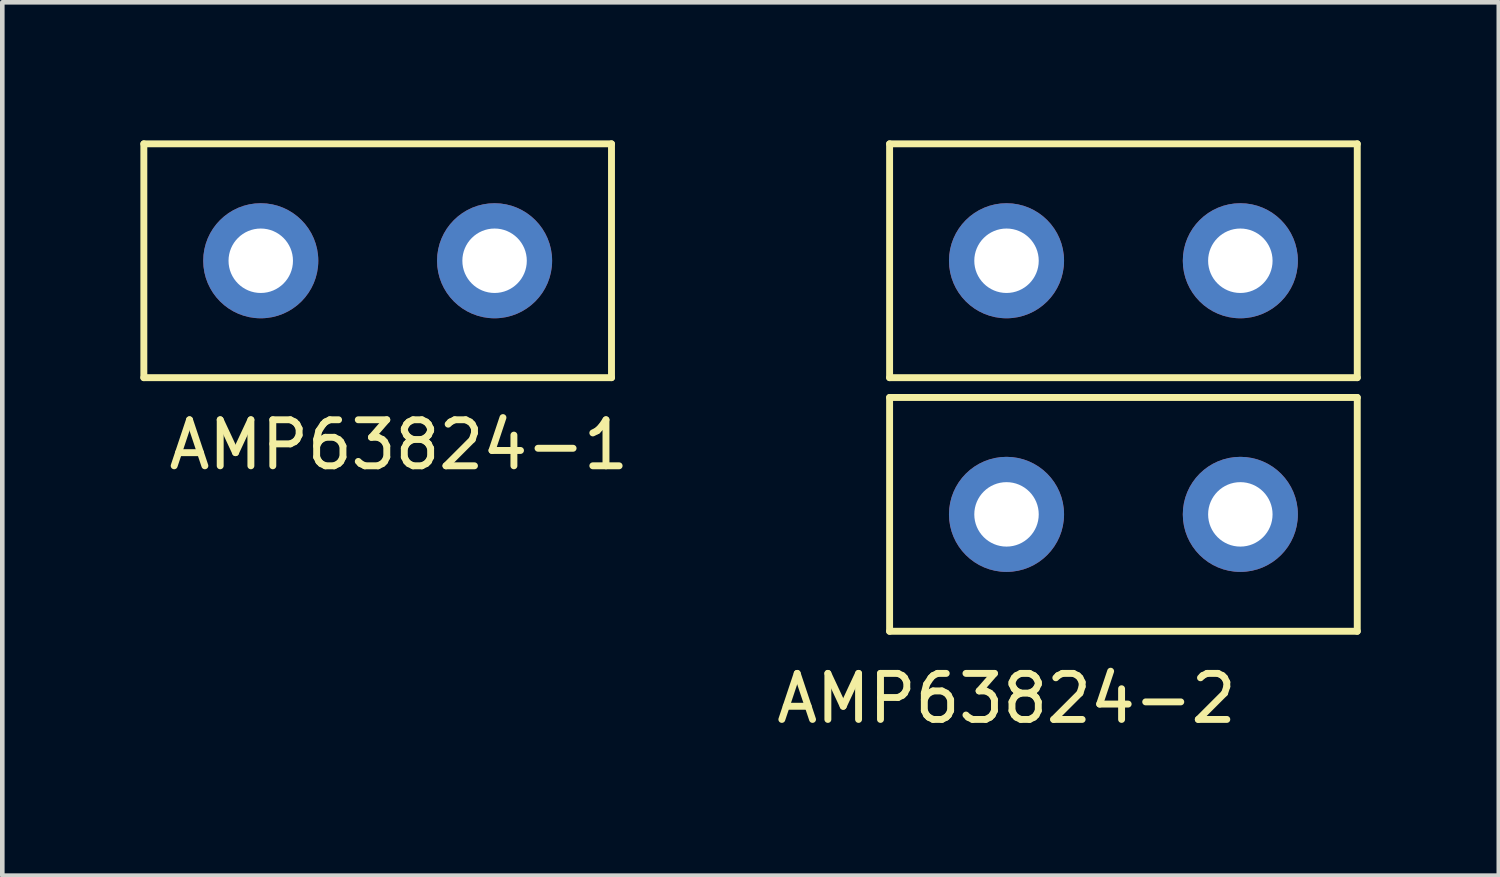
<source format=kicad_pcb>
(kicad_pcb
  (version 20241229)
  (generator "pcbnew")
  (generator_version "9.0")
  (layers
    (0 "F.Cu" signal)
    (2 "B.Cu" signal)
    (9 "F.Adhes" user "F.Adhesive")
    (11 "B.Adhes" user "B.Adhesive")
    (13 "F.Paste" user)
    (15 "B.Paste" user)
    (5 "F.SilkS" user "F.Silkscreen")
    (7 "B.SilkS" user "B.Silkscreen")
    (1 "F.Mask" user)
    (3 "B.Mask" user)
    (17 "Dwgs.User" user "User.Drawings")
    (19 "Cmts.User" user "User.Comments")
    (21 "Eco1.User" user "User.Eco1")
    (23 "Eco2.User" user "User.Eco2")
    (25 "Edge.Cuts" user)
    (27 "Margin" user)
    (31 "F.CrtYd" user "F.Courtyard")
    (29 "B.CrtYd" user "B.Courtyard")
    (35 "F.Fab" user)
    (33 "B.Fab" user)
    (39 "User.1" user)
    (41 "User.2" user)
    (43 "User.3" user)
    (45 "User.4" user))
  (footprint "AMP63824-2"
    (layer "F.Cu")
    (at 18.817 8.125)
    (property "Reference" "AMP63824-2" (at 0 4 0) (layer "F.SilkS") (effects (font (size 1 1) (thickness 0.15))))
    (attr through_hole)
    (fp_line (start -2.54 -8.05) (end -2.54 -2.97) (stroke (width 0.15) (type solid)) (layer "F.SilkS"))
    (fp_line (start -2.54 -2.97) (end 7.62 -2.97) (stroke (width 0.15) (type solid)) (layer "F.SilkS"))
    (fp_line (start -2.54 -2.54) (end -2.54 2.54) (stroke (width 0.15) (type solid)) (layer "F.SilkS"))
    (fp_line (start -2.54 2.54) (end 7.62 2.54) (stroke (width 0.15) (type solid)) (layer "F.SilkS"))
    (fp_line (start 7.62 -8.05) (end -2.54 -8.05) (stroke (width 0.15) (type solid)) (layer "F.SilkS"))
    (fp_line (start 7.62 -2.97) (end 7.62 -8.05) (stroke (width 0.15) (type solid)) (layer "F.SilkS"))
    (fp_line (start 7.62 -2.54) (end -2.54 -2.54) (stroke (width 0.15) (type solid)) (layer "F.SilkS"))
    (fp_line (start 7.62 2.54) (end 7.62 -2.54) (stroke (width 0.15) (type solid)) (layer "F.SilkS"))
    (pad "1" thru_hole circle (at 0 0) (size 2.5 2.5) (drill 1.4) (layers "*.Cu" "*.Mask"))
    (pad "1" thru_hole circle (at 5.08 0) (size 2.5 2.5) (drill 1.4) (layers "*.Cu" "*.Mask"))
    (pad "2" thru_hole circle (at 0 -5.51) (size 2.5 2.5) (drill 1.4) (layers "*.Cu" "*.Mask"))
    (pad "2" thru_hole circle (at 5.08 -5.51) (size 2.5 2.5) (drill 1.4) (layers "*.Cu" "*.Mask")))
  (footprint "AMP63824-1"
    (layer "F.Cu")
    (at 2.615 2.615)
    (property "Reference" "AMP63824-1" (at 3 4 0) (layer "F.SilkS") (effects (font (size 1 1) (thickness 0.15))))
    (attr through_hole)
    (fp_line (start -2.54 -2.54) (end -2.54 2.54) (stroke (width 0.15) (type solid)) (layer "F.SilkS"))
    (fp_line (start -2.54 2.54) (end 7.62 2.54) (stroke (width 0.15) (type solid)) (layer "F.SilkS"))
    (fp_line (start 7.62 -2.54) (end -2.54 -2.54) (stroke (width 0.15) (type solid)) (layer "F.SilkS"))
    (fp_line (start 7.62 2.54) (end 7.62 -2.54) (stroke (width 0.15) (type solid)) (layer "F.SilkS"))
    (pad "1" thru_hole circle (at 0 0) (size 2.5 2.5) (drill 1.4) (layers "*.Cu" "*.Mask"))
    (pad "1" thru_hole circle (at 5.08 0) (size 2.5 2.5) (drill 1.4) (layers "*.Cu" "*.Mask")))
  (gr_rect
    (start -3 -3)
    (end 29.512 15.973)
    (stroke (width 0.1) (type default))
    (fill no)
    (layer "Edge.Cuts")))
</source>
